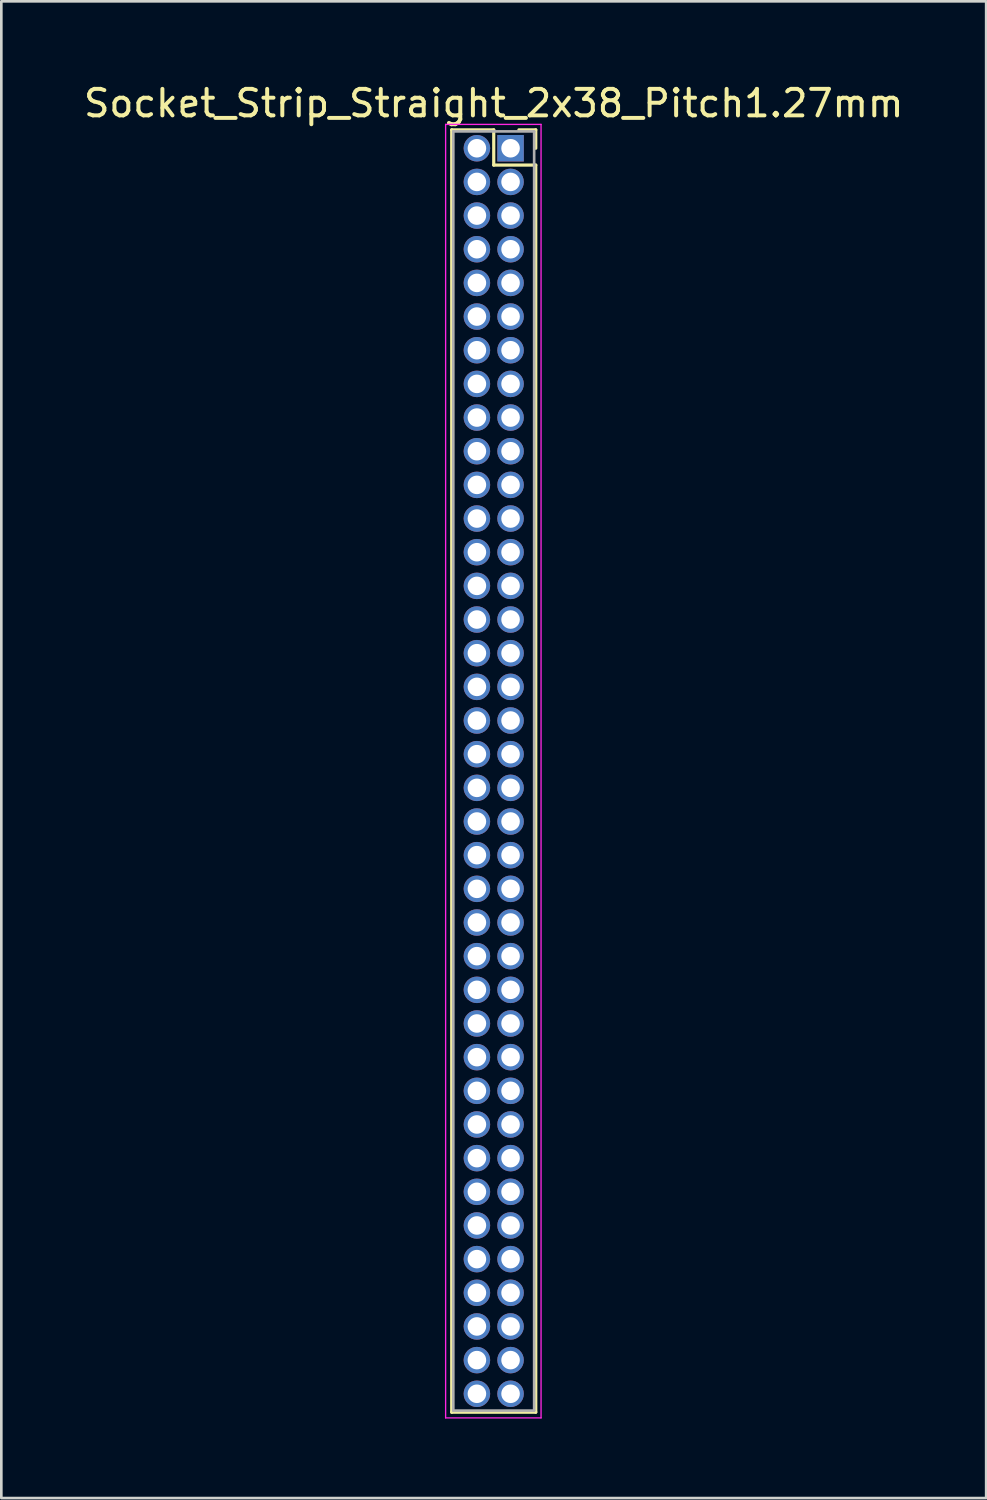
<source format=kicad_pcb>
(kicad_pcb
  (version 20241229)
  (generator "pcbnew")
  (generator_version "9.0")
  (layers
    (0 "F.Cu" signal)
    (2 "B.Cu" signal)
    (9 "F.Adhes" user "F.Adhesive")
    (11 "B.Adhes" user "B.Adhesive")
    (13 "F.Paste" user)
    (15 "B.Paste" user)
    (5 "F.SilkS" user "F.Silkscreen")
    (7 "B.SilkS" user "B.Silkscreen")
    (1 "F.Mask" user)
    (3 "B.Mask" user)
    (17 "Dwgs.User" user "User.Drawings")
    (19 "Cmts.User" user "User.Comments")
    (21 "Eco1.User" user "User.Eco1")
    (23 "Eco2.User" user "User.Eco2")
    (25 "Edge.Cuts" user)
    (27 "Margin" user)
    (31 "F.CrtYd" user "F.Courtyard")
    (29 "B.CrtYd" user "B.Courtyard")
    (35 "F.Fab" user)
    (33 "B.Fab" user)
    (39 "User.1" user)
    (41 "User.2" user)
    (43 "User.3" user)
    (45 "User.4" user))
  (footprint "Socket_Strip_Straight_2x38_Pitch1.27mm"
    (layer "F.Cu")
    (at 16.212 2.543)
    (property "Reference" "Socket_Strip_Straight_2x38_Pitch1.27mm" (at -0.635 -1.695 0) (layer "F.SilkS") (effects (font (size 1 1) (thickness 0.15))))
    (attr through_hole)
    (fp_line (start -2.22 -0.695) (end -0.635 -0.695) (stroke (width 0.12) (type solid)) (layer "F.SilkS"))
    (fp_line (start -2.22 47.685) (end -2.22 -0.695) (stroke (width 0.12) (type solid)) (layer "F.SilkS"))
    (fp_line (start -0.635 -0.695) (end -0.635 0.635) (stroke (width 0.12) (type solid)) (layer "F.SilkS"))
    (fp_line (start -0.635 0.635) (end 0.95 0.635) (stroke (width 0.12) (type solid)) (layer "F.SilkS"))
    (fp_line (start 0.95 -0.695) (end 0.315 -0.695) (stroke (width 0.12) (type solid)) (layer "F.SilkS"))
    (fp_line (start 0.95 0) (end 0.95 -0.695) (stroke (width 0.12) (type solid)) (layer "F.SilkS"))
    (fp_line (start 0.95 0.635) (end 0.95 47.685) (stroke (width 0.12) (type solid)) (layer "F.SilkS"))
    (fp_line (start 0.95 47.685) (end -2.22 47.685) (stroke (width 0.12) (type solid)) (layer "F.SilkS"))
    (fp_line (start -2.45 -0.9) (end -2.45 47.9) (stroke (width 0.05) (type solid)) (layer "F.CrtYd"))
    (fp_line (start -2.45 47.9) (end 1.15 47.9) (stroke (width 0.05) (type solid)) (layer "F.CrtYd"))
    (fp_line (start 1.15 -0.9) (end -2.45 -0.9) (stroke (width 0.05) (type solid)) (layer "F.CrtYd"))
    (fp_line (start 1.15 47.9) (end 1.15 -0.9) (stroke (width 0.05) (type solid)) (layer "F.CrtYd"))
    (fp_line (start -2.16 -0.635) (end -2.16 47.625) (stroke (width 0.1) (type solid)) (layer "F.Fab"))
    (fp_line (start -2.16 47.625) (end 0.89 47.625) (stroke (width 0.1) (type solid)) (layer "F.Fab"))
    (fp_line (start 0.89 -0.635) (end -2.16 -0.635) (stroke (width 0.1) (type solid)) (layer "F.Fab"))
    (fp_line (start 0.89 47.625) (end 0.89 -0.635) (stroke (width 0.1) (type solid)) (layer "F.Fab"))
    (pad "1" thru_hole rect (at 0 0) (size 1 1) (drill 0.7) (layers "*.Cu" "*.Mask"))
    (pad "2" thru_hole oval (at -1.27 0) (size 1 1) (drill 0.7) (layers "*.Cu" "*.Mask"))
    (pad "3" thru_hole oval (at 0 1.27) (size 1 1) (drill 0.7) (layers "*.Cu" "*.Mask"))
    (pad "4" thru_hole oval (at -1.27 1.27) (size 1 1) (drill 0.7) (layers "*.Cu" "*.Mask"))
    (pad "5" thru_hole oval (at 0 2.54) (size 1 1) (drill 0.7) (layers "*.Cu" "*.Mask"))
    (pad "6" thru_hole oval (at -1.27 2.54) (size 1 1) (drill 0.7) (layers "*.Cu" "*.Mask"))
    (pad "7" thru_hole oval (at 0 3.81) (size 1 1) (drill 0.7) (layers "*.Cu" "*.Mask"))
    (pad "8" thru_hole oval (at -1.27 3.81) (size 1 1) (drill 0.7) (layers "*.Cu" "*.Mask"))
    (pad "9" thru_hole oval (at 0 5.08) (size 1 1) (drill 0.7) (layers "*.Cu" "*.Mask"))
    (pad "10" thru_hole oval (at -1.27 5.08) (size 1 1) (drill 0.7) (layers "*.Cu" "*.Mask"))
    (pad "11" thru_hole oval (at 0 6.35) (size 1 1) (drill 0.7) (layers "*.Cu" "*.Mask"))
    (pad "12" thru_hole oval (at -1.27 6.35) (size 1 1) (drill 0.7) (layers "*.Cu" "*.Mask"))
    (pad "13" thru_hole oval (at 0 7.62) (size 1 1) (drill 0.7) (layers "*.Cu" "*.Mask"))
    (pad "14" thru_hole oval (at -1.27 7.62) (size 1 1) (drill 0.7) (layers "*.Cu" "*.Mask"))
    (pad "15" thru_hole oval (at 0 8.89) (size 1 1) (drill 0.7) (layers "*.Cu" "*.Mask"))
    (pad "16" thru_hole oval (at -1.27 8.89) (size 1 1) (drill 0.7) (layers "*.Cu" "*.Mask"))
    (pad "17" thru_hole oval (at 0 10.16) (size 1 1) (drill 0.7) (layers "*.Cu" "*.Mask"))
    (pad "18" thru_hole oval (at -1.27 10.16) (size 1 1) (drill 0.7) (layers "*.Cu" "*.Mask"))
    (pad "19" thru_hole oval (at 0 11.43) (size 1 1) (drill 0.7) (layers "*.Cu" "*.Mask"))
    (pad "20" thru_hole oval (at -1.27 11.43) (size 1 1) (drill 0.7) (layers "*.Cu" "*.Mask"))
    (pad "21" thru_hole oval (at 0 12.7) (size 1 1) (drill 0.7) (layers "*.Cu" "*.Mask"))
    (pad "22" thru_hole oval (at -1.27 12.7) (size 1 1) (drill 0.7) (layers "*.Cu" "*.Mask"))
    (pad "23" thru_hole oval (at 0 13.97) (size 1 1) (drill 0.7) (layers "*.Cu" "*.Mask"))
    (pad "24" thru_hole oval (at -1.27 13.97) (size 1 1) (drill 0.7) (layers "*.Cu" "*.Mask"))
    (pad "25" thru_hole oval (at 0 15.24) (size 1 1) (drill 0.7) (layers "*.Cu" "*.Mask"))
    (pad "26" thru_hole oval (at -1.27 15.24) (size 1 1) (drill 0.7) (layers "*.Cu" "*.Mask"))
    (pad "27" thru_hole oval (at 0 16.51) (size 1 1) (drill 0.7) (layers "*.Cu" "*.Mask"))
    (pad "28" thru_hole oval (at -1.27 16.51) (size 1 1) (drill 0.7) (layers "*.Cu" "*.Mask"))
    (pad "29" thru_hole oval (at 0 17.78) (size 1 1) (drill 0.7) (layers "*.Cu" "*.Mask"))
    (pad "30" thru_hole oval (at -1.27 17.78) (size 1 1) (drill 0.7) (layers "*.Cu" "*.Mask"))
    (pad "31" thru_hole oval (at 0 19.05) (size 1 1) (drill 0.7) (layers "*.Cu" "*.Mask"))
    (pad "32" thru_hole oval (at -1.27 19.05) (size 1 1) (drill 0.7) (layers "*.Cu" "*.Mask"))
    (pad "33" thru_hole oval (at 0 20.32) (size 1 1) (drill 0.7) (layers "*.Cu" "*.Mask"))
    (pad "34" thru_hole oval (at -1.27 20.32) (size 1 1) (drill 0.7) (layers "*.Cu" "*.Mask"))
    (pad "35" thru_hole oval (at 0 21.59) (size 1 1) (drill 0.7) (layers "*.Cu" "*.Mask"))
    (pad "36" thru_hole oval (at -1.27 21.59) (size 1 1) (drill 0.7) (layers "*.Cu" "*.Mask"))
    (pad "37" thru_hole oval (at 0 22.86) (size 1 1) (drill 0.7) (layers "*.Cu" "*.Mask"))
    (pad "38" thru_hole oval (at -1.27 22.86) (size 1 1) (drill 0.7) (layers "*.Cu" "*.Mask"))
    (pad "39" thru_hole oval (at 0 24.13) (size 1 1) (drill 0.7) (layers "*.Cu" "*.Mask"))
    (pad "40" thru_hole oval (at -1.27 24.13) (size 1 1) (drill 0.7) (layers "*.Cu" "*.Mask"))
    (pad "41" thru_hole oval (at 0 25.4) (size 1 1) (drill 0.7) (layers "*.Cu" "*.Mask"))
    (pad "42" thru_hole oval (at -1.27 25.4) (size 1 1) (drill 0.7) (layers "*.Cu" "*.Mask"))
    (pad "43" thru_hole oval (at 0 26.67) (size 1 1) (drill 0.7) (layers "*.Cu" "*.Mask"))
    (pad "44" thru_hole oval (at -1.27 26.67) (size 1 1) (drill 0.7) (layers "*.Cu" "*.Mask"))
    (pad "45" thru_hole oval (at 0 27.94) (size 1 1) (drill 0.7) (layers "*.Cu" "*.Mask"))
    (pad "46" thru_hole oval (at -1.27 27.94) (size 1 1) (drill 0.7) (layers "*.Cu" "*.Mask"))
    (pad "47" thru_hole oval (at 0 29.21) (size 1 1) (drill 0.7) (layers "*.Cu" "*.Mask"))
    (pad "48" thru_hole oval (at -1.27 29.21) (size 1 1) (drill 0.7) (layers "*.Cu" "*.Mask"))
    (pad "49" thru_hole oval (at 0 30.48) (size 1 1) (drill 0.7) (layers "*.Cu" "*.Mask"))
    (pad "50" thru_hole oval (at -1.27 30.48) (size 1 1) (drill 0.7) (layers "*.Cu" "*.Mask"))
    (pad "51" thru_hole oval (at 0 31.75) (size 1 1) (drill 0.7) (layers "*.Cu" "*.Mask"))
    (pad "52" thru_hole oval (at -1.27 31.75) (size 1 1) (drill 0.7) (layers "*.Cu" "*.Mask"))
    (pad "53" thru_hole oval (at 0 33.02) (size 1 1) (drill 0.7) (layers "*.Cu" "*.Mask"))
    (pad "54" thru_hole oval (at -1.27 33.02) (size 1 1) (drill 0.7) (layers "*.Cu" "*.Mask"))
    (pad "55" thru_hole oval (at 0 34.29) (size 1 1) (drill 0.7) (layers "*.Cu" "*.Mask"))
    (pad "56" thru_hole oval (at -1.27 34.29) (size 1 1) (drill 0.7) (layers "*.Cu" "*.Mask"))
    (pad "57" thru_hole oval (at 0 35.56) (size 1 1) (drill 0.7) (layers "*.Cu" "*.Mask"))
    (pad "58" thru_hole oval (at -1.27 35.56) (size 1 1) (drill 0.7) (layers "*.Cu" "*.Mask"))
    (pad "59" thru_hole oval (at 0 36.83) (size 1 1) (drill 0.7) (layers "*.Cu" "*.Mask"))
    (pad "60" thru_hole oval (at -1.27 36.83) (size 1 1) (drill 0.7) (layers "*.Cu" "*.Mask"))
    (pad "61" thru_hole oval (at 0 38.1) (size 1 1) (drill 0.7) (layers "*.Cu" "*.Mask"))
    (pad "62" thru_hole oval (at -1.27 38.1) (size 1 1) (drill 0.7) (layers "*.Cu" "*.Mask"))
    (pad "63" thru_hole oval (at 0 39.37) (size 1 1) (drill 0.7) (layers "*.Cu" "*.Mask"))
    (pad "64" thru_hole oval (at -1.27 39.37) (size 1 1) (drill 0.7) (layers "*.Cu" "*.Mask"))
    (pad "65" thru_hole oval (at 0 40.64) (size 1 1) (drill 0.7) (layers "*.Cu" "*.Mask"))
    (pad "66" thru_hole oval (at -1.27 40.64) (size 1 1) (drill 0.7) (layers "*.Cu" "*.Mask"))
    (pad "67" thru_hole oval (at 0 41.91) (size 1 1) (drill 0.7) (layers "*.Cu" "*.Mask"))
    (pad "68" thru_hole oval (at -1.27 41.91) (size 1 1) (drill 0.7) (layers "*.Cu" "*.Mask"))
    (pad "69" thru_hole oval (at 0 43.18) (size 1 1) (drill 0.7) (layers "*.Cu" "*.Mask"))
    (pad "70" thru_hole oval (at -1.27 43.18) (size 1 1) (drill 0.7) (layers "*.Cu" "*.Mask"))
    (pad "71" thru_hole oval (at 0 44.45) (size 1 1) (drill 0.7) (layers "*.Cu" "*.Mask"))
    (pad "72" thru_hole oval (at -1.27 44.45) (size 1 1) (drill 0.7) (layers "*.Cu" "*.Mask"))
    (pad "73" thru_hole oval (at 0 45.72) (size 1 1) (drill 0.7) (layers "*.Cu" "*.Mask"))
    (pad "74" thru_hole oval (at -1.27 45.72) (size 1 1) (drill 0.7) (layers "*.Cu" "*.Mask"))
    (pad "75" thru_hole oval (at 0 46.99) (size 1 1) (drill 0.7) (layers "*.Cu" "*.Mask"))
    (pad "76" thru_hole oval (at -1.27 46.99) (size 1 1) (drill 0.7) (layers "*.Cu" "*.Mask")))
  (gr_rect
    (start -3 -3)
    (end 34.155 53.468)
    (stroke (width 0.1) (type default))
    (fill no)
    (layer "Edge.Cuts")))
</source>
